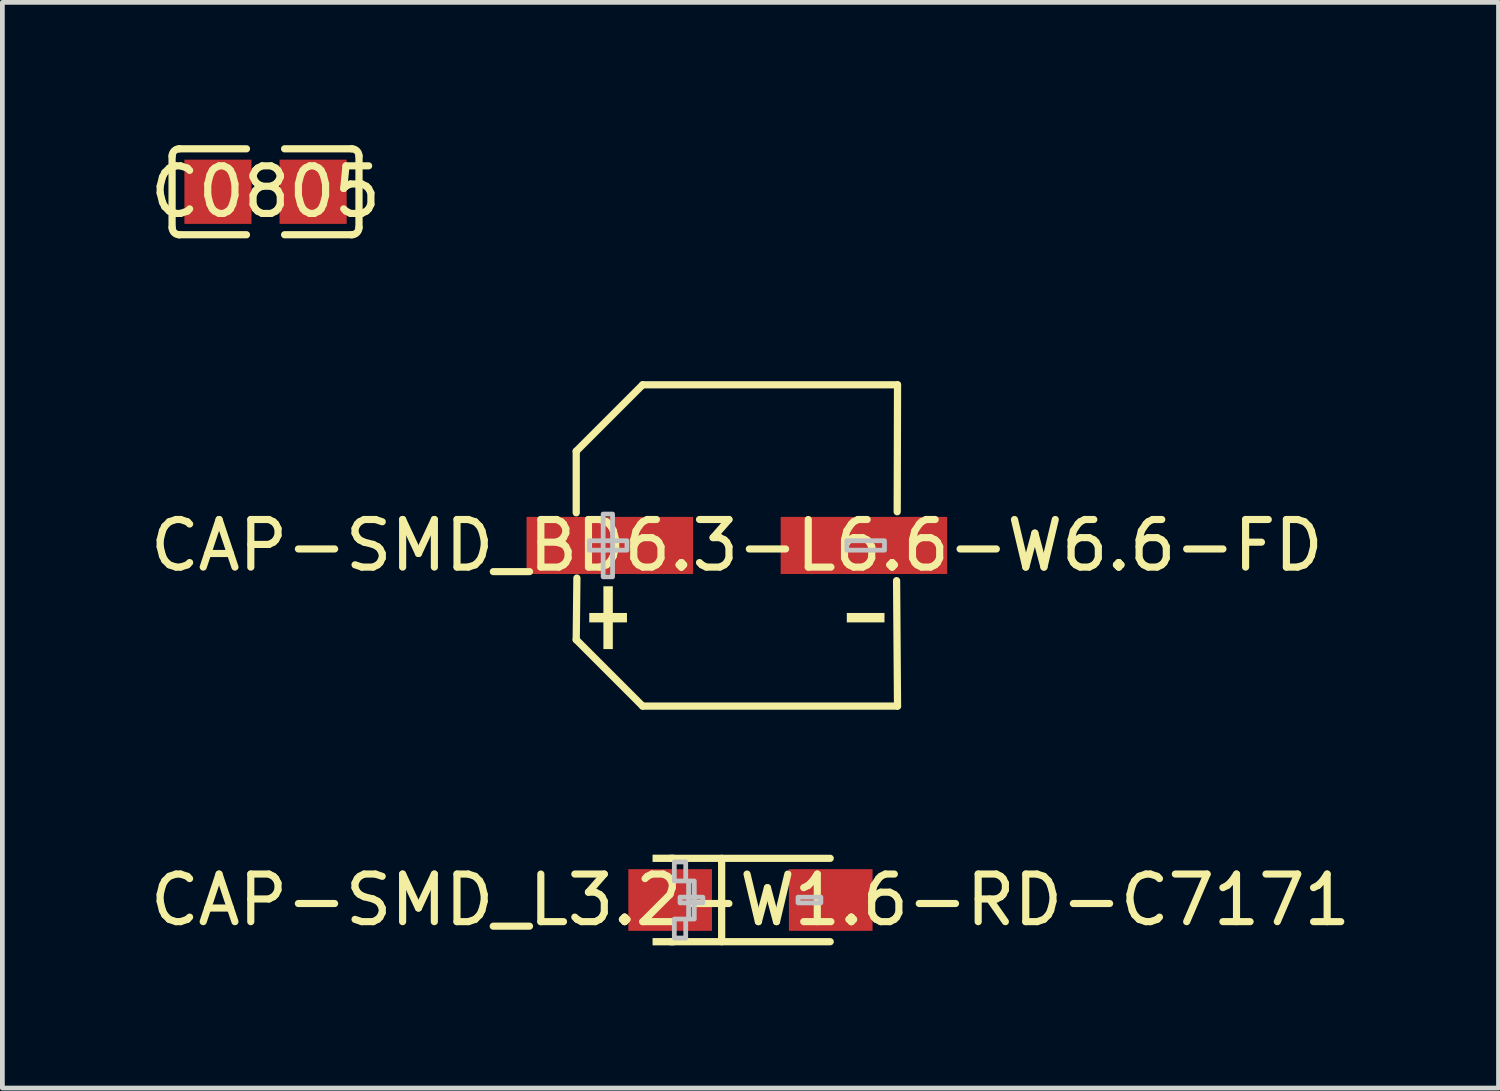
<source format=kicad_pcb>
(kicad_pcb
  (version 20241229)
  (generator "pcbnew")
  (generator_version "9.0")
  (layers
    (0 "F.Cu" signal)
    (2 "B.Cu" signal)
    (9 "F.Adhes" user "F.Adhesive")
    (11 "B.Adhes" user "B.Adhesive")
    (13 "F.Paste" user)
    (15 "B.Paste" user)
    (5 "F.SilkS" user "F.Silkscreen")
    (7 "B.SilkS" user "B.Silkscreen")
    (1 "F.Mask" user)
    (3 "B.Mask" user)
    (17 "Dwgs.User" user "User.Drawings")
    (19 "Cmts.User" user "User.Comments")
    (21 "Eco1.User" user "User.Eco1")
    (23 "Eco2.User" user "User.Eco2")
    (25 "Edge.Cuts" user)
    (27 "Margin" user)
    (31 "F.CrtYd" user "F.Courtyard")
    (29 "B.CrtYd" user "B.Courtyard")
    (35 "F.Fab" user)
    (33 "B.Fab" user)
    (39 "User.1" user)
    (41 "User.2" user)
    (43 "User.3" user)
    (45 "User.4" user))
  (footprint "CAP-SMD_L3.2-W1.6-RD-C7171"
    (layer "F.Cu")
    (at 12.72 15.863)
    (property "Reference" "CAP-SMD_L3.2-W1.6-RD-C7171" (at 0 0 0) (unlocked yes) (layer "F.SilkS") (effects (font (size 1 1) (thickness 0.15))))
    (fp_line (start -0.605 0.876) (end -0.605 -0.876) (stroke (width 0.152) (type default)) (layer "F.SilkS"))
    (fp_line (start 1.676 -0.876) (end -1.676 -0.876) (stroke (width 0.152) (type default)) (layer "F.SilkS"))
    (fp_line (start 1.676 0.876) (end -1.676 0.876) (stroke (width 0.152) (type default)) (layer "F.SilkS"))
    (fp_poly (pts (xy -1.6 -0.953) (xy -1.6 -0.8) (xy -2.057 -0.8) (xy -2.057 -0.953)) (stroke (width 0) (type default)) (fill yes) (layer "F.SilkS"))
    (fp_poly (pts (xy -1.6 0.953) (xy -1.6 0.8) (xy -2.057 0.8) (xy -2.057 0.953)) (stroke (width 0) (type default)) (fill yes) (layer "F.SilkS"))
    (fp_poly (pts (xy -1.6 -0.8) (xy -1.6 -0.4) (xy -1.36 -0.4) (xy -1.36 -0.8)) (stroke (width 0.1) (type default)) (fill no) (layer "Dwgs.User"))
    (fp_poly (pts (xy -1.6 0.8) (xy -1.6 0.4) (xy -1.36 0.4) (xy -1.36 0.8)) (stroke (width 0.1) (type default)) (fill no) (layer "Dwgs.User"))
    (fp_poly (pts (xy -1.48 -0.06) (xy -1.48 0.06) (xy -1 0.06) (xy -1 -0.06)) (stroke (width 0.1) (type default)) (fill no) (layer "Dwgs.User"))
    (fp_poly (pts (xy -1.3 -0.4) (xy -1.3 0.4) (xy -1.18 0.4) (xy -1.18 -0.4)) (stroke (width 0.1) (type default)) (fill no) (layer "Dwgs.User"))
    (fp_poly (pts (xy 1.48 -0.06) (xy 1.48 0.06) (xy 1 0.06) (xy 1 -0.06)) (stroke (width 0.1) (type default)) (fill no) (layer "Dwgs.User"))
    (fp_poly (pts (xy -1.83 -0.6) (xy -1.83 0.6) (xy -0.98 0.6) (xy -0.98 -0.6)) (stroke (width 0.1) (type default)) (fill no) (layer "User.1"))
    (fp_poly (pts (xy 1.83 -0.6) (xy 1.83 0.6) (xy 0.98 0.6) (xy 0.98 -0.6)) (stroke (width 0.1) (type default)) (fill no) (layer "User.1"))
    (fp_line (start -1.6 -0.8) (end 1.6 -0.8) (stroke (width 0.051) (type default)) (layer "User.2"))
    (fp_line (start -1.6 0.8) (end -1.6 -0.8) (stroke (width 0.051) (type default)) (layer "User.2"))
    (fp_line (start 1.6 -0.8) (end 1.6 0.8) (stroke (width 0.051) (type default)) (layer "User.2"))
    (fp_line (start 1.6 0.8) (end -1.6 0.8) (stroke (width 0.051) (type default)) (layer "User.2"))
    (fp_poly (pts (xy -1.718 -0.889) (xy -1.736 -0.931) (xy -1.778 -0.949) (xy -1.82 -0.931) (xy -1.838 -0.889) (xy -1.82 -0.847) (xy -1.778 -0.829) (xy -1.736 -0.847)) (stroke (width 0.1) (type default)) (fill no) (layer "User.3"))
    (pad "1" smd rect (at -1.687 0 180) (size 1.758 1.296) (layers "F.Cu" "F.Mask" "F.Paste"))
    (pad "2" smd rect (at 1.687 0 180) (size 1.758 1.296) (layers "F.Cu" "F.Mask" "F.Paste")))
  (footprint "CAP-SMD_BD6.3-L6.6-W6.6-FD"
    (layer "F.Cu")
    (at 12.435 8.412)
    (property "Reference" "CAP-SMD_BD6.3-L6.6-W6.6-FD" (at 0 0 0) (unlocked yes) (layer "F.SilkS") (effects (font (size 1 1) (thickness 0.15))))
    (fp_line (start -3.376 -1.98) (end -3.376 -0.686) (stroke (width 0.152) (type default)) (layer "F.SilkS"))
    (fp_line (start -3.376 1.981) (end -3.362 0.686) (stroke (width 0.152) (type default)) (layer "F.SilkS"))
    (fp_line (start -1.981 3.376) (end -3.376 1.981) (stroke (width 0.152) (type default)) (layer "F.SilkS"))
    (fp_line (start -1.98 -3.376) (end -3.376 -1.98) (stroke (width 0.152) (type default)) (layer "F.SilkS"))
    (fp_line (start 3.356 0.74) (end 3.376 3.376) (stroke (width 0.152) (type default)) (layer "F.SilkS"))
    (fp_line (start 3.369 -0.708) (end 3.376 -3.376) (stroke (width 0.152) (type default)) (layer "F.SilkS"))
    (fp_line (start 3.376 3.376) (end -1.981 3.376) (stroke (width 0.152) (type default)) (layer "F.SilkS"))
    (fp_line (start 3.376 -3.376) (end -1.98 -3.376) (stroke (width 0.152) (type default)) (layer "F.SilkS"))
    (fp_poly (pts (xy -3.102 1.419) (xy -3.102 1.617) (xy -2.31 1.617) (xy -2.31 1.419)) (stroke (width 0) (type default)) (fill yes) (layer "F.SilkS"))
    (fp_poly (pts (xy -2.805 0.858) (xy -2.805 2.178) (xy -2.607 2.178) (xy -2.607 0.858)) (stroke (width 0) (type default)) (fill yes) (layer "F.SilkS"))
    (fp_poly (pts (xy 3.102 1.419) (xy 3.102 1.617) (xy 2.31 1.617) (xy 2.31 1.419)) (stroke (width 0) (type default)) (fill yes) (layer "F.SilkS"))
    (fp_poly (pts (xy -3.102 -0.099) (xy -3.102 0.099) (xy -2.31 0.099) (xy -2.31 -0.099)) (stroke (width 0.1) (type default)) (fill no) (layer "Dwgs.User"))
    (fp_poly (pts (xy -2.81 -0.66) (xy -2.81 0.66) (xy -2.612 0.66) (xy -2.612 -0.66)) (stroke (width 0.1) (type default)) (fill no) (layer "Dwgs.User"))
    (fp_poly (pts (xy 3.102 -0.099) (xy 3.102 0.099) (xy 2.31 0.099) (xy 2.31 -0.099)) (stroke (width 0.1) (type default)) (fill no) (layer "Dwgs.User"))
    (fp_poly (pts (xy -3.634 -0.325) (xy -1.034 -0.325) (xy -1.034 0.325) (xy -3.634 0.325)) (stroke (width 0.1) (type default)) (fill no) (layer "User.1"))
    (fp_poly (pts (xy 1.067 -0.325) (xy 3.667 -0.325) (xy 3.667 0.325) (xy 1.067 0.325)) (stroke (width 0.1) (type default)) (fill no) (layer "User.1"))
    (fp_line (start -3.3 -1.98) (end -1.98 -3.3) (stroke (width 0.051) (type default)) (layer "User.2"))
    (fp_line (start -3.3 1.98) (end -3.3 -1.98) (stroke (width 0.051) (type default)) (layer "User.2"))
    (fp_line (start -1.98 -3.3) (end 3.3 -3.3) (stroke (width 0.051) (type default)) (layer "User.2"))
    (fp_line (start -1.98 3.3) (end -3.3 1.98) (stroke (width 0.051) (type default)) (layer "User.2"))
    (fp_line (start 3.3 -3.3) (end 3.3 3.3) (stroke (width 0.051) (type default)) (layer "User.2"))
    (fp_line (start 3.3 3.3) (end -1.98 3.3) (stroke (width 0.051) (type default)) (layer "User.2"))
    (fp_poly (pts (xy -3.574 3.3) (xy -3.591 3.258) (xy -3.634 3.24) (xy -3.676 3.258) (xy -3.693 3.3) (xy -3.676 3.342) (xy -3.634 3.36) (xy -3.591 3.342)) (stroke (width 0.1) (type default)) (fill no) (layer "User.3"))
    (pad "1" smd rect (at -2.67 0) (size 3.5 1.2) (layers "F.Cu" "F.Mask" "F.Paste"))
    (pad "2" smd rect (at 2.67 0) (size 3.5 1.2) (layers "F.Cu" "F.Mask" "F.Paste")))
  (footprint "C0805"
    (layer "F.Cu")
    (at 2.53 0.98)
    (property "Reference" "C0805" (at 0 0 0) (unlocked yes) (layer "F.SilkS") (effects (font (size 1 1) (thickness 0.15))))
    (fp_line (start -1.964 0.751) (end -1.964 -0.751) (stroke (width 0.152) (type default)) (layer "F.SilkS"))
    (fp_line (start -1.811 -0.903) (end -0.401 -0.903) (stroke (width 0.152) (type default)) (layer "F.SilkS"))
    (fp_line (start -0.401 0.903) (end -1.811 0.903) (stroke (width 0.152) (type default)) (layer "F.SilkS"))
    (fp_line (start 0.401 0.903) (end 1.811 0.903) (stroke (width 0.152) (type default)) (layer "F.SilkS"))
    (fp_line (start 1.811 -0.903) (end 0.401 -0.903) (stroke (width 0.152) (type default)) (layer "F.SilkS"))
    (fp_line (start 1.964 0.751) (end 1.964 -0.751) (stroke (width 0.152) (type default)) (layer "F.SilkS"))
    (fp_arc (start -1.9635 -0.751) (mid -1.918834 -0.858834) (end -1.811 -0.9035) (stroke (width 0.1525) (type default)) (layer "F.SilkS"))
    (fp_arc (start -1.811 0.9035) (mid -1.918834 0.858834) (end -1.9635 0.751) (stroke (width 0.1525) (type default)) (layer "F.SilkS"))
    (fp_arc (start 1.811 -0.9035) (mid 1.918834 -0.858834) (end 1.9635 -0.751) (stroke (width 0.1525) (type default)) (layer "F.SilkS"))
    (fp_arc (start 1.9635 0.751) (mid 1.918834 0.858834) (end 1.811 0.9035) (stroke (width 0.1525) (type default)) (layer "F.SilkS"))
    (fp_poly (pts (xy -1.675 0.62) (xy -1.675 -0.66) (xy -1.625 -0.71) (xy -0.475 -0.71) (xy -0.425 -0.66) (xy -0.42 -0.25) (xy -0.87 -0.25) (xy -0.87 0.2) (xy -0.43 0.2) (xy -0.425 0.62) (xy -0.475 0.67) (xy -1.625 0.67)) (stroke (width 0) (type default)) (fill yes) (layer "F.Paste"))
    (fp_poly (pts (xy 0.475 0.62) (xy 0.475 0.2) (xy 0.92 0.2) (xy 0.92 -0.25) (xy 0.48 -0.25) (xy 0.475 -0.66) (xy 0.525 -0.71) (xy 1.675 -0.71) (xy 1.725 -0.66) (xy 1.725 0.62) (xy 1.675 0.67) (xy 0.525 0.67)) (stroke (width 0) (type default)) (fill yes) (layer "F.Paste"))
    (fp_poly (pts (xy -1 0.625) (xy -1 -0.625) (xy -0.5 -0.625) (xy -0.5 0.625)) (stroke (width 0.1) (type default)) (fill no) (layer "User.1"))
    (fp_poly (pts (xy 1 -0.625) (xy 1 0.625) (xy 0.5 0.625) (xy 0.5 -0.625)) (stroke (width 0.1) (type default)) (fill no) (layer "User.1"))
    (fp_line (start -1 -0.625) (end 1 -0.625) (stroke (width 0.051) (type default)) (layer "User.2"))
    (fp_line (start -1 0.625) (end -1 -0.625) (stroke (width 0.051) (type default)) (layer "User.2"))
    (fp_line (start 1 -0.625) (end 1 0.625) (stroke (width 0.051) (type default)) (layer "User.2"))
    (fp_line (start 1 0.625) (end -1 0.625) (stroke (width 0.051) (type default)) (layer "User.2"))
    (fp_poly (pts (xy -0.94 0.625) (xy -0.958 0.583) (xy -1 0.565) (xy -1.042 0.583) (xy -1.06 0.625) (xy -1.042 0.667) (xy -1 0.685) (xy -0.958 0.667)) (stroke (width 0.1) (type default)) (fill no) (layer "User.3"))
    (pad "1" smd rect (at -1 0) (size 1.41 1.35) (layers "F.Cu" "F.Mask" "F.Paste"))
    (pad "2" smd rect (at 1 0) (size 1.41 1.35) (layers "F.Cu" "F.Mask" "F.Paste")))
  (gr_rect
    (start -3 -3)
    (end 28.44 19.815)
    (stroke (width 0.1) (type default))
    (fill no)
    (layer "Edge.Cuts")))
</source>
